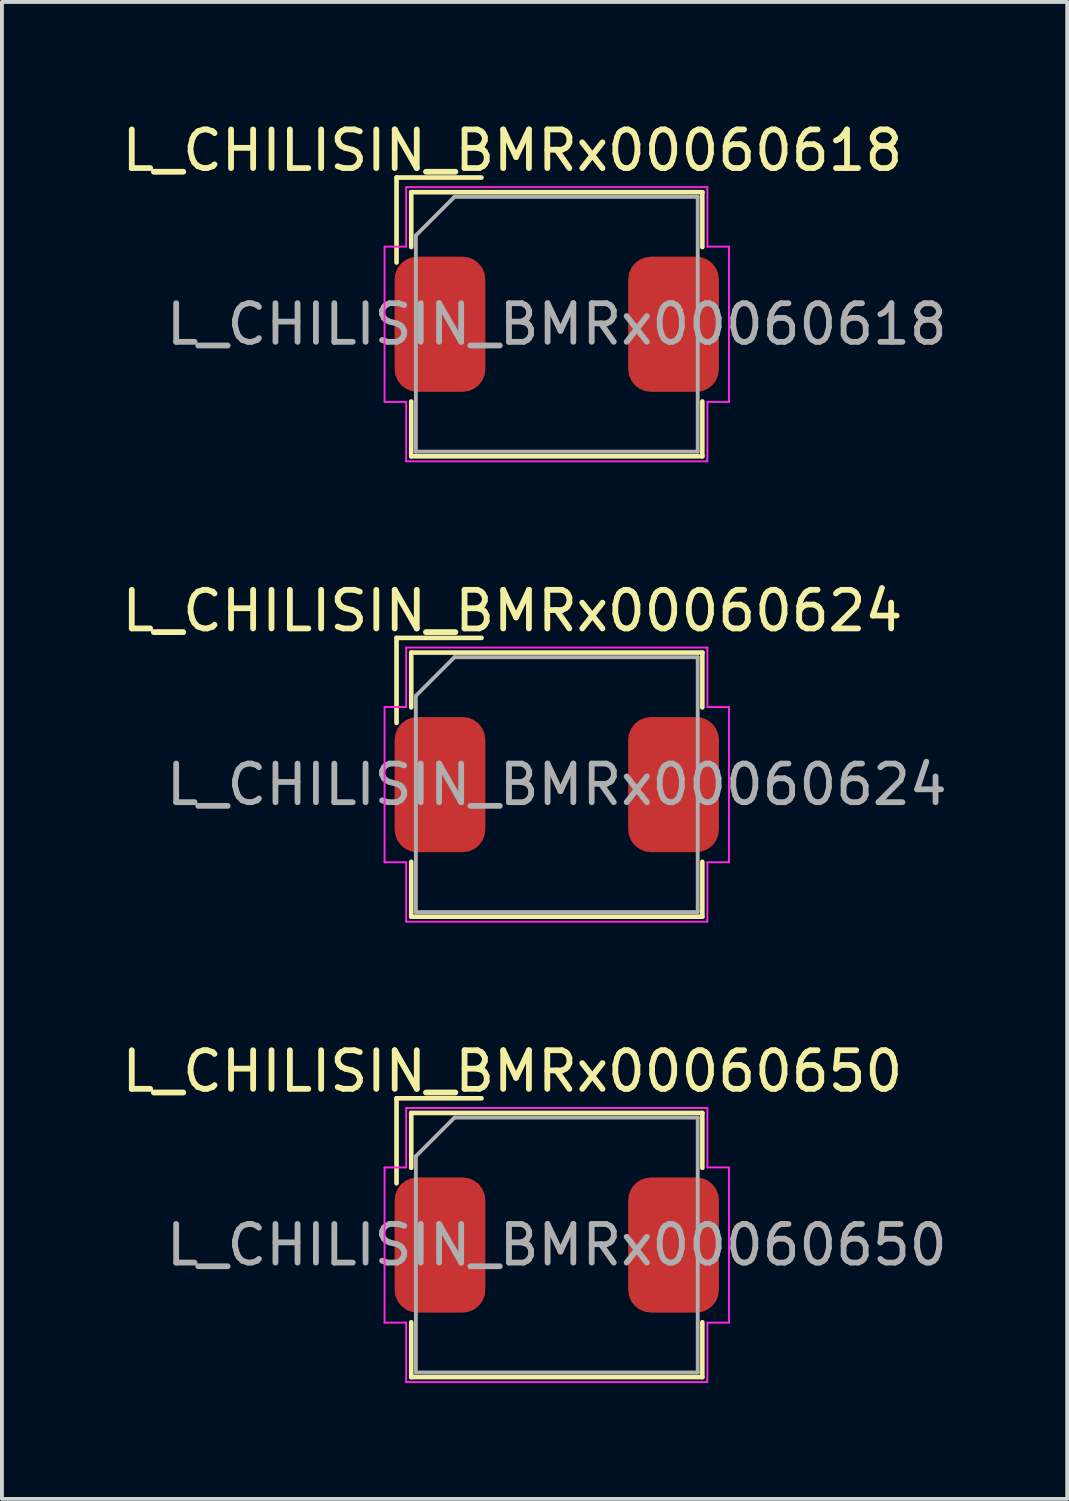
<source format=kicad_pcb>
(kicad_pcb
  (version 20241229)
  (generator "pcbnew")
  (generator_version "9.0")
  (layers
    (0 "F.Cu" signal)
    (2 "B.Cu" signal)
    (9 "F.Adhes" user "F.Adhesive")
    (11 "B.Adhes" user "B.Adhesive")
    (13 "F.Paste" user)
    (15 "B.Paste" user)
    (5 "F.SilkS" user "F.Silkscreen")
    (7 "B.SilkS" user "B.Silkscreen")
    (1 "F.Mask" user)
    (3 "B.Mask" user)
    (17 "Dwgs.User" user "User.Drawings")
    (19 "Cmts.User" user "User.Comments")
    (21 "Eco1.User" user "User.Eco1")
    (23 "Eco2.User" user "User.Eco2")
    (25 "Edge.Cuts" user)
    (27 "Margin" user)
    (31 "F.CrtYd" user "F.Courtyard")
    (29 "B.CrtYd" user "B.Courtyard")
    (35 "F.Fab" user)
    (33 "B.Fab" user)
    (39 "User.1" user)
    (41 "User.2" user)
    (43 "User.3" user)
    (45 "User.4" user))
  (footprint "L_CHILISIN_BMRx00060650"
    (layer "F.Cu")
    (at 11.37 29.195)
    (property "Reference" "L_CHILISIN_BMRx00060650" (at -1.15 -4.5 0) (layer "F.SilkS") (effects (font (size 1 1) (thickness 0.15))))
    (attr smd)
    (fp_line (start -4.15 -3.8) (end -1.95 -3.8) (stroke (width 0.12) (type solid)) (layer "F.SilkS"))
    (fp_line (start -4.15 -1.6) (end -4.15 -3.8) (stroke (width 0.12) (type solid)) (layer "F.SilkS"))
    (fp_line (start -3.77 -3.42) (end -3.77 -2) (stroke (width 0.12) (type solid)) (layer "F.SilkS"))
    (fp_line (start -3.77 -3.42) (end 3.77 -3.42) (stroke (width 0.12) (type solid)) (layer "F.SilkS"))
    (fp_line (start -3.77 2) (end -3.77 3.42) (stroke (width 0.12) (type solid)) (layer "F.SilkS"))
    (fp_line (start -3.77 3.42) (end 3.77 3.42) (stroke (width 0.12) (type solid)) (layer "F.SilkS"))
    (fp_line (start 3.77 -3.42) (end 3.77 -2) (stroke (width 0.12) (type solid)) (layer "F.SilkS"))
    (fp_line (start 3.77 2) (end 3.77 3.42) (stroke (width 0.12) (type solid)) (layer "F.SilkS"))
    (fp_line (start -4.46 -2.01) (end -4.46 2.01) (stroke (width 0.05) (type solid)) (layer "F.CrtYd"))
    (fp_line (start -4.46 2.01) (end -3.9 2.01) (stroke (width 0.05) (type solid)) (layer "F.CrtYd"))
    (fp_line (start -3.9 -3.55) (end -3.9 -2.01) (stroke (width 0.05) (type solid)) (layer "F.CrtYd"))
    (fp_line (start -3.9 -3.55) (end 3.9 -3.55) (stroke (width 0.05) (type solid)) (layer "F.CrtYd"))
    (fp_line (start -3.9 -2.01) (end -4.46 -2.01) (stroke (width 0.05) (type solid)) (layer "F.CrtYd"))
    (fp_line (start -3.9 2.01) (end -3.9 3.55) (stroke (width 0.05) (type solid)) (layer "F.CrtYd"))
    (fp_line (start -3.9 3.55) (end 3.9 3.55) (stroke (width 0.05) (type solid)) (layer "F.CrtYd"))
    (fp_line (start 3.9 -3.55) (end 3.9 -2.01) (stroke (width 0.05) (type solid)) (layer "F.CrtYd"))
    (fp_line (start 3.9 -2.01) (end 4.46 -2.01) (stroke (width 0.05) (type solid)) (layer "F.CrtYd"))
    (fp_line (start 3.9 2.01) (end 3.9 3.55) (stroke (width 0.05) (type solid)) (layer "F.CrtYd"))
    (fp_line (start 4.46 -2.01) (end 4.46 2.01) (stroke (width 0.05) (type solid)) (layer "F.CrtYd"))
    (fp_line (start 4.46 2.01) (end 3.9 2.01) (stroke (width 0.05) (type solid)) (layer "F.CrtYd"))
    (fp_line (start -3.65 -2.3) (end -2.65 -3.3) (stroke (width 0.1) (type solid)) (layer "F.Fab"))
    (fp_line (start -3.65 3.3) (end -3.65 -2.3) (stroke (width 0.1) (type solid)) (layer "F.Fab"))
    (fp_line (start -2.65 -3.3) (end 3.65 -3.3) (stroke (width 0.1) (type solid)) (layer "F.Fab"))
    (fp_line (start 3.65 -3.3) (end 3.65 3.3) (stroke (width 0.1) (type solid)) (layer "F.Fab"))
    (fp_line (start 3.65 3.3) (end -3.65 3.3) (stroke (width 0.1) (type solid)) (layer "F.Fab"))
    (fp_text user "" (at 0 0 0) (layer "F.SilkS") (effects (font (size 3 3) (thickness 0.15))))
    (fp_text user "${REFERENCE}" (at 0 0 0) (layer "F.Fab") (effects (font (size 1 1) (thickness 0.15))))
    (pad "1" smd roundrect (at -3.025 0) (size 2.35 3.5) (layers "F.Cu" "F.Mask" "F.Paste") (roundrect_rratio 0.25))
    (pad "2" smd roundrect (at 3.025 0) (size 2.35 3.5) (layers "F.Cu" "F.Mask" "F.Paste") (roundrect_rratio 0.25)))
  (footprint "L_CHILISIN_BMRx00060624"
    (layer "F.Cu")
    (at 11.37 17.271)
    (property "Reference" "L_CHILISIN_BMRx00060624" (at -1.15 -4.5 0) (layer "F.SilkS") (effects (font (size 1 1) (thickness 0.15))))
    (attr smd)
    (fp_line (start -4.15 -3.8) (end -1.95 -3.8) (stroke (width 0.12) (type solid)) (layer "F.SilkS"))
    (fp_line (start -4.15 -1.6) (end -4.15 -3.8) (stroke (width 0.12) (type solid)) (layer "F.SilkS"))
    (fp_line (start -3.77 -3.42) (end -3.77 -2) (stroke (width 0.12) (type solid)) (layer "F.SilkS"))
    (fp_line (start -3.77 -3.42) (end 3.77 -3.42) (stroke (width 0.12) (type solid)) (layer "F.SilkS"))
    (fp_line (start -3.77 2) (end -3.77 3.42) (stroke (width 0.12) (type solid)) (layer "F.SilkS"))
    (fp_line (start -3.77 3.42) (end 3.77 3.42) (stroke (width 0.12) (type solid)) (layer "F.SilkS"))
    (fp_line (start 3.77 -3.42) (end 3.77 -2) (stroke (width 0.12) (type solid)) (layer "F.SilkS"))
    (fp_line (start 3.77 2) (end 3.77 3.42) (stroke (width 0.12) (type solid)) (layer "F.SilkS"))
    (fp_line (start -4.46 -2.01) (end -4.46 2.01) (stroke (width 0.05) (type solid)) (layer "F.CrtYd"))
    (fp_line (start -4.46 2.01) (end -3.9 2.01) (stroke (width 0.05) (type solid)) (layer "F.CrtYd"))
    (fp_line (start -3.9 -3.55) (end -3.9 -2.01) (stroke (width 0.05) (type solid)) (layer "F.CrtYd"))
    (fp_line (start -3.9 -3.55) (end 3.9 -3.55) (stroke (width 0.05) (type solid)) (layer "F.CrtYd"))
    (fp_line (start -3.9 -2.01) (end -4.46 -2.01) (stroke (width 0.05) (type solid)) (layer "F.CrtYd"))
    (fp_line (start -3.9 2.01) (end -3.9 3.55) (stroke (width 0.05) (type solid)) (layer "F.CrtYd"))
    (fp_line (start -3.9 3.55) (end 3.9 3.55) (stroke (width 0.05) (type solid)) (layer "F.CrtYd"))
    (fp_line (start 3.9 -3.55) (end 3.9 -2.01) (stroke (width 0.05) (type solid)) (layer "F.CrtYd"))
    (fp_line (start 3.9 -2.01) (end 4.46 -2.01) (stroke (width 0.05) (type solid)) (layer "F.CrtYd"))
    (fp_line (start 3.9 2.01) (end 3.9 3.55) (stroke (width 0.05) (type solid)) (layer "F.CrtYd"))
    (fp_line (start 4.46 -2.01) (end 4.46 2.01) (stroke (width 0.05) (type solid)) (layer "F.CrtYd"))
    (fp_line (start 4.46 2.01) (end 3.9 2.01) (stroke (width 0.05) (type solid)) (layer "F.CrtYd"))
    (fp_line (start -3.65 -2.3) (end -2.65 -3.3) (stroke (width 0.1) (type solid)) (layer "F.Fab"))
    (fp_line (start -3.65 3.3) (end -3.65 -2.3) (stroke (width 0.1) (type solid)) (layer "F.Fab"))
    (fp_line (start -2.65 -3.3) (end 3.65 -3.3) (stroke (width 0.1) (type solid)) (layer "F.Fab"))
    (fp_line (start 3.65 -3.3) (end 3.65 3.3) (stroke (width 0.1) (type solid)) (layer "F.Fab"))
    (fp_line (start 3.65 3.3) (end -3.65 3.3) (stroke (width 0.1) (type solid)) (layer "F.Fab"))
    (fp_text user "" (at 0 0 0) (layer "F.SilkS") (effects (font (size 3 3) (thickness 0.15))))
    (fp_text user "${REFERENCE}" (at 0 0 0) (layer "F.Fab") (effects (font (size 1 1) (thickness 0.15))))
    (pad "1" smd roundrect (at -3.025 0) (size 2.35 3.5) (layers "F.Cu" "F.Mask" "F.Paste") (roundrect_rratio 0.25))
    (pad "2" smd roundrect (at 3.025 0) (size 2.35 3.5) (layers "F.Cu" "F.Mask" "F.Paste") (roundrect_rratio 0.25)))
  (footprint "L_CHILISIN_BMRx00060618"
    (layer "F.Cu")
    (at 11.37 5.348)
    (property "Reference" "L_CHILISIN_BMRx00060618" (at -1.15 -4.5 0) (layer "F.SilkS") (effects (font (size 1 1) (thickness 0.15))))
    (attr smd)
    (fp_line (start -4.15 -3.8) (end -1.95 -3.8) (stroke (width 0.12) (type solid)) (layer "F.SilkS"))
    (fp_line (start -4.15 -1.6) (end -4.15 -3.8) (stroke (width 0.12) (type solid)) (layer "F.SilkS"))
    (fp_line (start -3.77 -3.42) (end -3.77 -2) (stroke (width 0.12) (type solid)) (layer "F.SilkS"))
    (fp_line (start -3.77 -3.42) (end 3.77 -3.42) (stroke (width 0.12) (type solid)) (layer "F.SilkS"))
    (fp_line (start -3.77 2) (end -3.77 3.42) (stroke (width 0.12) (type solid)) (layer "F.SilkS"))
    (fp_line (start -3.77 3.42) (end 3.77 3.42) (stroke (width 0.12) (type solid)) (layer "F.SilkS"))
    (fp_line (start 3.77 -3.42) (end 3.77 -2) (stroke (width 0.12) (type solid)) (layer "F.SilkS"))
    (fp_line (start 3.77 2) (end 3.77 3.42) (stroke (width 0.12) (type solid)) (layer "F.SilkS"))
    (fp_line (start -4.46 -2.01) (end -4.46 2.01) (stroke (width 0.05) (type solid)) (layer "F.CrtYd"))
    (fp_line (start -4.46 2.01) (end -3.9 2.01) (stroke (width 0.05) (type solid)) (layer "F.CrtYd"))
    (fp_line (start -3.9 -3.55) (end -3.9 -2.01) (stroke (width 0.05) (type solid)) (layer "F.CrtYd"))
    (fp_line (start -3.9 -3.55) (end 3.9 -3.55) (stroke (width 0.05) (type solid)) (layer "F.CrtYd"))
    (fp_line (start -3.9 -2.01) (end -4.46 -2.01) (stroke (width 0.05) (type solid)) (layer "F.CrtYd"))
    (fp_line (start -3.9 2.01) (end -3.9 3.55) (stroke (width 0.05) (type solid)) (layer "F.CrtYd"))
    (fp_line (start -3.9 3.55) (end 3.9 3.55) (stroke (width 0.05) (type solid)) (layer "F.CrtYd"))
    (fp_line (start 3.9 -3.55) (end 3.9 -2.01) (stroke (width 0.05) (type solid)) (layer "F.CrtYd"))
    (fp_line (start 3.9 -2.01) (end 4.46 -2.01) (stroke (width 0.05) (type solid)) (layer "F.CrtYd"))
    (fp_line (start 3.9 2.01) (end 3.9 3.55) (stroke (width 0.05) (type solid)) (layer "F.CrtYd"))
    (fp_line (start 4.46 -2.01) (end 4.46 2.01) (stroke (width 0.05) (type solid)) (layer "F.CrtYd"))
    (fp_line (start 4.46 2.01) (end 3.9 2.01) (stroke (width 0.05) (type solid)) (layer "F.CrtYd"))
    (fp_line (start -3.65 -2.3) (end -2.65 -3.3) (stroke (width 0.1) (type solid)) (layer "F.Fab"))
    (fp_line (start -3.65 3.3) (end -3.65 -2.3) (stroke (width 0.1) (type solid)) (layer "F.Fab"))
    (fp_line (start -2.65 -3.3) (end 3.65 -3.3) (stroke (width 0.1) (type solid)) (layer "F.Fab"))
    (fp_line (start 3.65 -3.3) (end 3.65 3.3) (stroke (width 0.1) (type solid)) (layer "F.Fab"))
    (fp_line (start 3.65 3.3) (end -3.65 3.3) (stroke (width 0.1) (type solid)) (layer "F.Fab"))
    (fp_text user "" (at 0 0 0) (layer "F.SilkS") (effects (font (size 3 3) (thickness 0.15))))
    (fp_text user "${REFERENCE}" (at 0 0 0) (layer "F.Fab") (effects (font (size 1 1) (thickness 0.15))))
    (pad "1" smd roundrect (at -3.025 0) (size 2.35 3.5) (layers "F.Cu" "F.Mask" "F.Paste") (roundrect_rratio 0.25))
    (pad "2" smd roundrect (at 3.025 0) (size 2.35 3.5) (layers "F.Cu" "F.Mask" "F.Paste") (roundrect_rratio 0.25)))
  (gr_rect
    (start -3 -3)
    (end 24.59 35.77)
    (stroke (width 0.1) (type default))
    (fill no)
    (layer "Edge.Cuts")))
</source>
